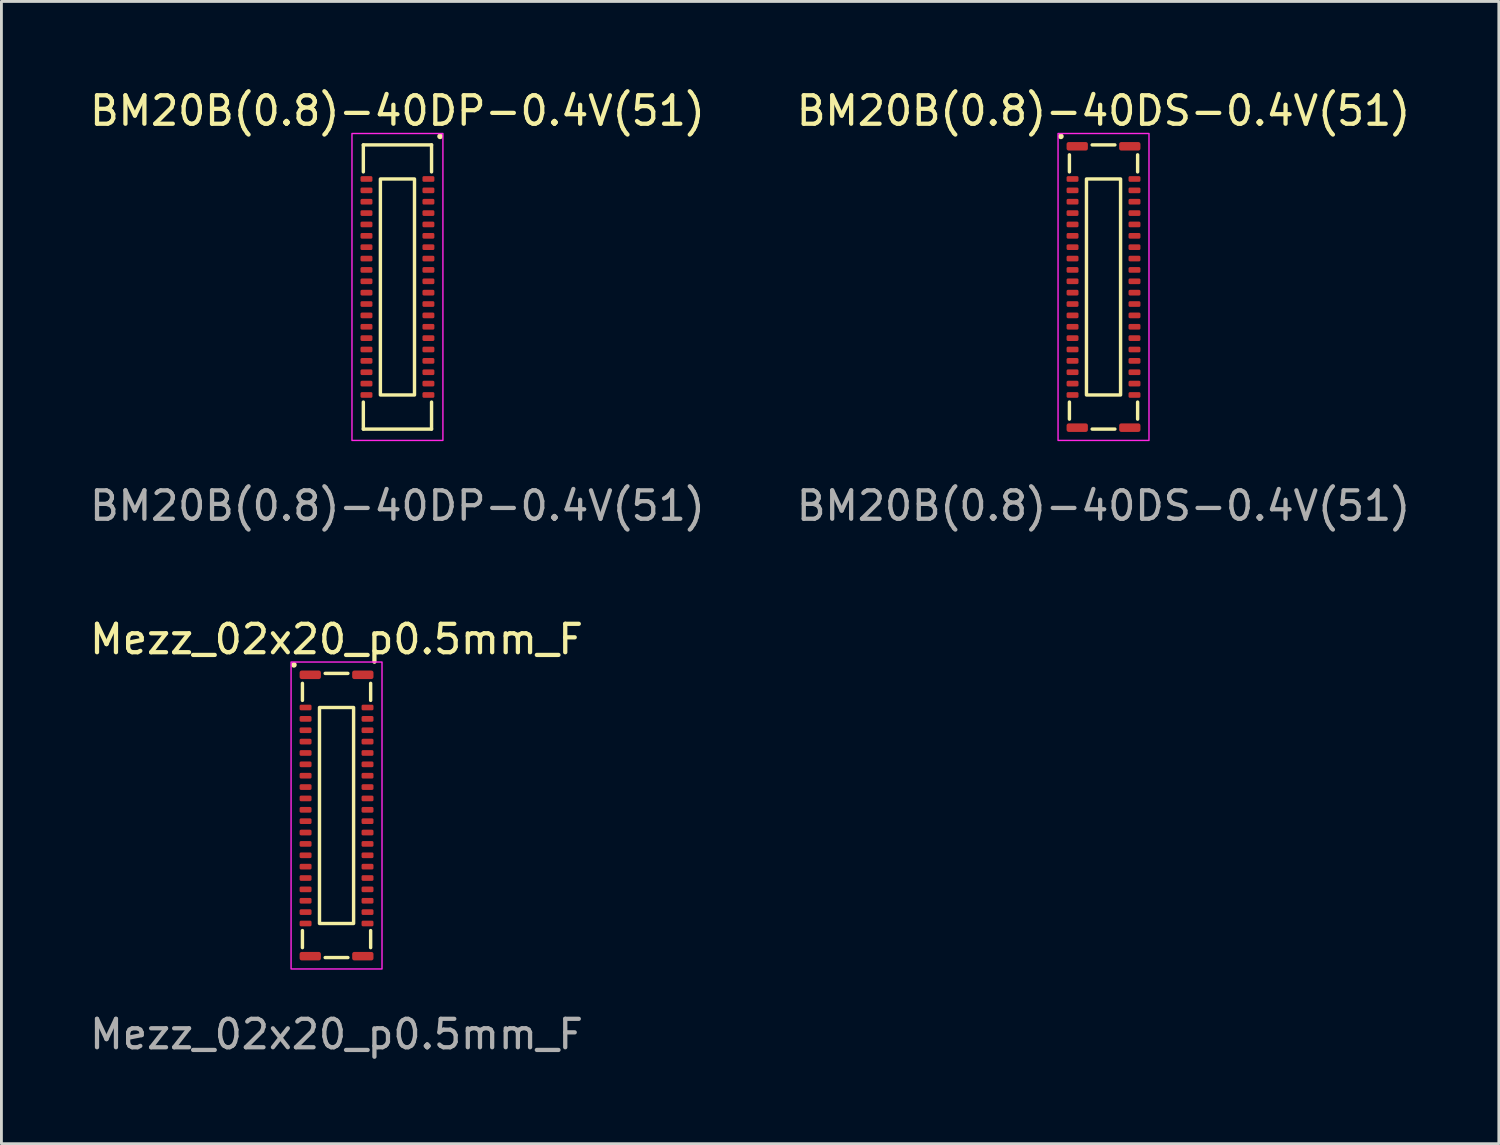
<source format=kicad_pcb>
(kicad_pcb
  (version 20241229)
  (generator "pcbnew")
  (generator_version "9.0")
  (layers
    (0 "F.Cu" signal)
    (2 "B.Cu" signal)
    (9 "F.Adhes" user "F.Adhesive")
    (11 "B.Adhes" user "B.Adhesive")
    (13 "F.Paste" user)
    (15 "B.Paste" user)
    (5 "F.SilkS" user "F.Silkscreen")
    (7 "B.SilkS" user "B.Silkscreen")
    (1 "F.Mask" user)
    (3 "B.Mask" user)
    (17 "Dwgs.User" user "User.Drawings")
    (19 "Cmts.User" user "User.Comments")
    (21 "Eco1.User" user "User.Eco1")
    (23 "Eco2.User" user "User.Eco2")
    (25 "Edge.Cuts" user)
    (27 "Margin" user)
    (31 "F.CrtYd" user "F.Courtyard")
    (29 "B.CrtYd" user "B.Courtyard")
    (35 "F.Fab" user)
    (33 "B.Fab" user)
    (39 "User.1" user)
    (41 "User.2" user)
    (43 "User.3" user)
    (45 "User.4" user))
  (footprint "BM20B(0.8)-40DP-0.4V(51)"
    (layer "F.Cu")
    (at 10.935 7.048)
    (property "Reference" "BM20B(0.8)-40DP-0.4V(51)" (at 0 -6.2 0) (unlocked yes) (layer "F.SilkS") (effects (font (size 1 1) (thickness 0.15))))
    (attr smd)
    (fp_line (start -1.2 -4.05) (end -1.2 -5) (stroke (width 0.12) (type default)) (layer "F.SilkS"))
    (fp_line (start -1.2 5) (end -1.2 4.05) (stroke (width 0.12) (type default)) (layer "F.SilkS"))
    (fp_line (start 1.2 -5) (end -1.2 -5) (stroke (width 0.12) (type default)) (layer "F.SilkS"))
    (fp_line (start 1.2 -4.05) (end 1.2 -5) (stroke (width 0.12) (type default)) (layer "F.SilkS"))
    (fp_line (start 1.2 5) (end -1.2 5) (stroke (width 0.12) (type default)) (layer "F.SilkS"))
    (fp_line (start 1.2 5) (end 1.2 4.05) (stroke (width 0.12) (type default)) (layer "F.SilkS"))
    (fp_rect (start 0.6 -3.8) (end -0.6 3.8) (stroke (width 0.12) (type default)) (fill no) (layer "F.SilkS"))
    (fp_circle (center 1.5 -5.3) (end 1.6 -5.3) (stroke (width 0) (type solid)) (fill yes) (layer "F.SilkS"))
    (fp_rect (start 1.6 -5.4) (end -1.6 5.4) (stroke (width 0.05) (type default)) (fill no) (layer "F.CrtYd"))
    (fp_text user "${REFERENCE}" (at 0 7.7 0) (unlocked yes) (layer "F.Fab") (effects (font (size 1 1) (thickness 0.15))))
    (pad "1" smd roundrect (at 1.09 -3.8) (size 0.42 0.2) (layers "F.Cu" "F.Mask" "F.Paste") (roundrect_rratio 0.25))
    (pad "2" smd roundrect (at 1.09 -3.4) (size 0.42 0.2) (layers "F.Cu" "F.Mask" "F.Paste") (roundrect_rratio 0.25))
    (pad "3" smd roundrect (at 1.09 -3) (size 0.42 0.2) (layers "F.Cu" "F.Mask" "F.Paste") (roundrect_rratio 0.25))
    (pad "4" smd roundrect (at 1.09 -2.6) (size 0.42 0.2) (layers "F.Cu" "F.Mask" "F.Paste") (roundrect_rratio 0.25))
    (pad "5" smd roundrect (at 1.09 -2.2) (size 0.42 0.2) (layers "F.Cu" "F.Mask" "F.Paste") (roundrect_rratio 0.25))
    (pad "6" smd roundrect (at 1.09 -1.8) (size 0.42 0.2) (layers "F.Cu" "F.Mask" "F.Paste") (roundrect_rratio 0.25))
    (pad "7" smd roundrect (at 1.09 -1.4) (size 0.42 0.2) (layers "F.Cu" "F.Mask" "F.Paste") (roundrect_rratio 0.25))
    (pad "8" smd roundrect (at 1.09 -1) (size 0.42 0.2) (layers "F.Cu" "F.Mask" "F.Paste") (roundrect_rratio 0.25))
    (pad "9" smd roundrect (at 1.09 -0.6) (size 0.42 0.2) (layers "F.Cu" "F.Mask" "F.Paste") (roundrect_rratio 0.25))
    (pad "10" smd roundrect (at 1.09 -0.2) (size 0.42 0.2) (layers "F.Cu" "F.Mask" "F.Paste") (roundrect_rratio 0.25))
    (pad "11" smd roundrect (at 1.09 0.2) (size 0.42 0.2) (layers "F.Cu" "F.Mask" "F.Paste") (roundrect_rratio 0.25))
    (pad "12" smd roundrect (at 1.09 0.6) (size 0.42 0.2) (layers "F.Cu" "F.Mask" "F.Paste") (roundrect_rratio 0.25))
    (pad "13" smd roundrect (at 1.09 1) (size 0.42 0.2) (layers "F.Cu" "F.Mask" "F.Paste") (roundrect_rratio 0.25))
    (pad "14" smd roundrect (at 1.09 1.4) (size 0.42 0.2) (layers "F.Cu" "F.Mask" "F.Paste") (roundrect_rratio 0.25))
    (pad "15" smd roundrect (at 1.09 1.8) (size 0.42 0.2) (layers "F.Cu" "F.Mask" "F.Paste") (roundrect_rratio 0.25))
    (pad "16" smd roundrect (at 1.09 2.2) (size 0.42 0.2) (layers "F.Cu" "F.Mask" "F.Paste") (roundrect_rratio 0.25))
    (pad "17" smd roundrect (at 1.09 2.6) (size 0.42 0.2) (layers "F.Cu" "F.Mask" "F.Paste") (roundrect_rratio 0.25))
    (pad "18" smd roundrect (at 1.09 3) (size 0.42 0.2) (layers "F.Cu" "F.Mask" "F.Paste") (roundrect_rratio 0.25))
    (pad "19" smd roundrect (at 1.09 3.4) (size 0.42 0.2) (layers "F.Cu" "F.Mask" "F.Paste") (roundrect_rratio 0.25))
    (pad "20" smd roundrect (at 1.09 3.8) (size 0.42 0.2) (layers "F.Cu" "F.Mask" "F.Paste") (roundrect_rratio 0.25))
    (pad "21" smd roundrect (at -1.09 3.8) (size 0.42 0.2) (layers "F.Cu" "F.Mask" "F.Paste") (roundrect_rratio 0.25))
    (pad "22" smd roundrect (at -1.09 3.4) (size 0.42 0.2) (layers "F.Cu" "F.Mask" "F.Paste") (roundrect_rratio 0.25))
    (pad "23" smd roundrect (at -1.09 3) (size 0.42 0.2) (layers "F.Cu" "F.Mask" "F.Paste") (roundrect_rratio 0.25))
    (pad "24" smd roundrect (at -1.09 2.6) (size 0.42 0.2) (layers "F.Cu" "F.Mask" "F.Paste") (roundrect_rratio 0.25))
    (pad "25" smd roundrect (at -1.09 2.2) (size 0.42 0.2) (layers "F.Cu" "F.Mask" "F.Paste") (roundrect_rratio 0.25))
    (pad "26" smd roundrect (at -1.09 1.8) (size 0.42 0.2) (layers "F.Cu" "F.Mask" "F.Paste") (roundrect_rratio 0.25))
    (pad "27" smd roundrect (at -1.09 1.4) (size 0.42 0.2) (layers "F.Cu" "F.Mask" "F.Paste") (roundrect_rratio 0.25))
    (pad "28" smd roundrect (at -1.09 1) (size 0.42 0.2) (layers "F.Cu" "F.Mask" "F.Paste") (roundrect_rratio 0.25))
    (pad "29" smd roundrect (at -1.09 0.6) (size 0.42 0.2) (layers "F.Cu" "F.Mask" "F.Paste") (roundrect_rratio 0.25))
    (pad "30" smd roundrect (at -1.09 0.2) (size 0.42 0.2) (layers "F.Cu" "F.Mask" "F.Paste") (roundrect_rratio 0.25))
    (pad "31" smd roundrect (at -1.09 -0.2) (size 0.42 0.2) (layers "F.Cu" "F.Mask" "F.Paste") (roundrect_rratio 0.25))
    (pad "32" smd roundrect (at -1.09 -0.6) (size 0.42 0.2) (layers "F.Cu" "F.Mask" "F.Paste") (roundrect_rratio 0.25))
    (pad "33" smd roundrect (at -1.09 -1) (size 0.42 0.2) (layers "F.Cu" "F.Mask" "F.Paste") (roundrect_rratio 0.25))
    (pad "34" smd roundrect (at -1.09 -1.4) (size 0.42 0.2) (layers "F.Cu" "F.Mask" "F.Paste") (roundrect_rratio 0.25))
    (pad "35" smd roundrect (at -1.09 -1.8) (size 0.42 0.2) (layers "F.Cu" "F.Mask" "F.Paste") (roundrect_rratio 0.25))
    (pad "36" smd roundrect (at -1.09 -2.2) (size 0.42 0.2) (layers "F.Cu" "F.Mask" "F.Paste") (roundrect_rratio 0.25))
    (pad "37" smd roundrect (at -1.09 -2.6) (size 0.42 0.2) (layers "F.Cu" "F.Mask" "F.Paste") (roundrect_rratio 0.25))
    (pad "38" smd roundrect (at -1.09 -3) (size 0.42 0.2) (layers "F.Cu" "F.Mask" "F.Paste") (roundrect_rratio 0.25))
    (pad "39" smd roundrect (at -1.09 -3.4) (size 0.42 0.2) (layers "F.Cu" "F.Mask" "F.Paste") (roundrect_rratio 0.25))
    (pad "40" smd roundrect (at -1.09 -3.8) (size 0.42 0.2) (layers "F.Cu" "F.Mask" "F.Paste") (roundrect_rratio 0.25)))
  (footprint "BM20B(0.8)-40DS-0.4V(51)"
    (layer "F.Cu")
    (at 35.78 7.048)
    (property "Reference" "BM20B(0.8)-40DS-0.4V(51)" (at 0 -6.2 0) (unlocked yes) (layer "F.SilkS") (effects (font (size 1 1) (thickness 0.15))))
    (attr smd)
    (fp_line (start -1.2 -4.05) (end -1.2 -4.65) (stroke (width 0.12) (type default)) (layer "F.SilkS"))
    (fp_line (start -1.2 4.65) (end -1.2 4.05) (stroke (width 0.12) (type default)) (layer "F.SilkS"))
    (fp_line (start 0.4 -5) (end -0.4 -5) (stroke (width 0.12) (type default)) (layer "F.SilkS"))
    (fp_line (start 0.4 5) (end -0.4 5) (stroke (width 0.12) (type default)) (layer "F.SilkS"))
    (fp_line (start 1.2 -4.05) (end 1.2 -4.65) (stroke (width 0.12) (type default)) (layer "F.SilkS"))
    (fp_line (start 1.2 4.65) (end 1.2 4.05) (stroke (width 0.12) (type default)) (layer "F.SilkS"))
    (fp_rect (start 0.6 -3.8) (end -0.6 3.8) (stroke (width 0.12) (type default)) (fill no) (layer "F.SilkS"))
    (fp_circle (center -1.5 -5.3) (end -1.4 -5.3) (stroke (width 0) (type solid)) (fill yes) (layer "F.SilkS"))
    (fp_rect (start -1.6 -5.4) (end 1.6 5.4) (stroke (width 0.05) (type default)) (fill no) (layer "F.CrtYd"))
    (fp_text user "${REFERENCE}" (at 0 7.7 0) (unlocked yes) (layer "F.Fab") (effects (font (size 1 1) (thickness 0.15))))
    (pad "" smd roundrect (at -0.925 -4.95) (size 0.75 0.3) (layers "F.Cu" "F.Mask" "F.Paste") (roundrect_rratio 0.25))
    (pad "" smd roundrect (at -0.925 4.95) (size 0.75 0.3) (layers "F.Cu" "F.Mask" "F.Paste") (roundrect_rratio 0.25))
    (pad "" smd roundrect (at 0.925 -4.95) (size 0.75 0.3) (layers "F.Cu" "F.Mask" "F.Paste") (roundrect_rratio 0.25))
    (pad "" smd roundrect (at 0.925 4.95) (size 0.75 0.3) (layers "F.Cu" "F.Mask" "F.Paste") (roundrect_rratio 0.25))
    (pad "1" smd roundrect (at -1.09 -3.8) (size 0.42 0.2) (layers "F.Cu" "F.Mask" "F.Paste") (roundrect_rratio 0.25))
    (pad "2" smd roundrect (at -1.09 -3.4) (size 0.42 0.2) (layers "F.Cu" "F.Mask" "F.Paste") (roundrect_rratio 0.25))
    (pad "3" smd roundrect (at -1.09 -3) (size 0.42 0.2) (layers "F.Cu" "F.Mask" "F.Paste") (roundrect_rratio 0.25))
    (pad "4" smd roundrect (at -1.09 -2.6) (size 0.42 0.2) (layers "F.Cu" "F.Mask" "F.Paste") (roundrect_rratio 0.25))
    (pad "5" smd roundrect (at -1.09 -2.2) (size 0.42 0.2) (layers "F.Cu" "F.Mask" "F.Paste") (roundrect_rratio 0.25))
    (pad "6" smd roundrect (at -1.09 -1.8) (size 0.42 0.2) (layers "F.Cu" "F.Mask" "F.Paste") (roundrect_rratio 0.25))
    (pad "7" smd roundrect (at -1.09 -1.4) (size 0.42 0.2) (layers "F.Cu" "F.Mask" "F.Paste") (roundrect_rratio 0.25))
    (pad "8" smd roundrect (at -1.09 -1) (size 0.42 0.2) (layers "F.Cu" "F.Mask" "F.Paste") (roundrect_rratio 0.25))
    (pad "9" smd roundrect (at -1.09 -0.6) (size 0.42 0.2) (layers "F.Cu" "F.Mask" "F.Paste") (roundrect_rratio 0.25))
    (pad "10" smd roundrect (at -1.09 -0.2) (size 0.42 0.2) (layers "F.Cu" "F.Mask" "F.Paste") (roundrect_rratio 0.25))
    (pad "11" smd roundrect (at -1.09 0.2) (size 0.42 0.2) (layers "F.Cu" "F.Mask" "F.Paste") (roundrect_rratio 0.25))
    (pad "12" smd roundrect (at -1.09 0.6) (size 0.42 0.2) (layers "F.Cu" "F.Mask" "F.Paste") (roundrect_rratio 0.25))
    (pad "13" smd roundrect (at -1.09 1) (size 0.42 0.2) (layers "F.Cu" "F.Mask" "F.Paste") (roundrect_rratio 0.25))
    (pad "14" smd roundrect (at -1.09 1.4) (size 0.42 0.2) (layers "F.Cu" "F.Mask" "F.Paste") (roundrect_rratio 0.25))
    (pad "15" smd roundrect (at -1.09 1.8) (size 0.42 0.2) (layers "F.Cu" "F.Mask" "F.Paste") (roundrect_rratio 0.25))
    (pad "16" smd roundrect (at -1.09 2.2) (size 0.42 0.2) (layers "F.Cu" "F.Mask" "F.Paste") (roundrect_rratio 0.25))
    (pad "17" smd roundrect (at -1.09 2.6) (size 0.42 0.2) (layers "F.Cu" "F.Mask" "F.Paste") (roundrect_rratio 0.25))
    (pad "18" smd roundrect (at -1.09 3) (size 0.42 0.2) (layers "F.Cu" "F.Mask" "F.Paste") (roundrect_rratio 0.25))
    (pad "19" smd roundrect (at -1.09 3.4) (size 0.42 0.2) (layers "F.Cu" "F.Mask" "F.Paste") (roundrect_rratio 0.25))
    (pad "20" smd roundrect (at -1.09 3.8) (size 0.42 0.2) (layers "F.Cu" "F.Mask" "F.Paste") (roundrect_rratio 0.25))
    (pad "21" smd roundrect (at 1.09 3.8) (size 0.42 0.2) (layers "F.Cu" "F.Mask" "F.Paste") (roundrect_rratio 0.25))
    (pad "22" smd roundrect (at 1.09 3.4) (size 0.42 0.2) (layers "F.Cu" "F.Mask" "F.Paste") (roundrect_rratio 0.25))
    (pad "23" smd roundrect (at 1.09 3) (size 0.42 0.2) (layers "F.Cu" "F.Mask" "F.Paste") (roundrect_rratio 0.25))
    (pad "24" smd roundrect (at 1.09 2.6) (size 0.42 0.2) (layers "F.Cu" "F.Mask" "F.Paste") (roundrect_rratio 0.25))
    (pad "25" smd roundrect (at 1.09 2.2) (size 0.42 0.2) (layers "F.Cu" "F.Mask" "F.Paste") (roundrect_rratio 0.25))
    (pad "26" smd roundrect (at 1.09 1.8) (size 0.42 0.2) (layers "F.Cu" "F.Mask" "F.Paste") (roundrect_rratio 0.25))
    (pad "27" smd roundrect (at 1.09 1.4) (size 0.42 0.2) (layers "F.Cu" "F.Mask" "F.Paste") (roundrect_rratio 0.25))
    (pad "28" smd roundrect (at 1.09 1) (size 0.42 0.2) (layers "F.Cu" "F.Mask" "F.Paste") (roundrect_rratio 0.25))
    (pad "29" smd roundrect (at 1.09 0.6) (size 0.42 0.2) (layers "F.Cu" "F.Mask" "F.Paste") (roundrect_rratio 0.25))
    (pad "30" smd roundrect (at 1.09 0.2) (size 0.42 0.2) (layers "F.Cu" "F.Mask" "F.Paste") (roundrect_rratio 0.25))
    (pad "31" smd roundrect (at 1.09 -0.2) (size 0.42 0.2) (layers "F.Cu" "F.Mask" "F.Paste") (roundrect_rratio 0.25))
    (pad "32" smd roundrect (at 1.09 -0.6) (size 0.42 0.2) (layers "F.Cu" "F.Mask" "F.Paste") (roundrect_rratio 0.25))
    (pad "33" smd roundrect (at 1.09 -1) (size 0.42 0.2) (layers "F.Cu" "F.Mask" "F.Paste") (roundrect_rratio 0.25))
    (pad "34" smd roundrect (at 1.09 -1.4) (size 0.42 0.2) (layers "F.Cu" "F.Mask" "F.Paste") (roundrect_rratio 0.25))
    (pad "35" smd roundrect (at 1.09 -1.8) (size 0.42 0.2) (layers "F.Cu" "F.Mask" "F.Paste") (roundrect_rratio 0.25))
    (pad "36" smd roundrect (at 1.09 -2.2) (size 0.42 0.2) (layers "F.Cu" "F.Mask" "F.Paste") (roundrect_rratio 0.25))
    (pad "37" smd roundrect (at 1.09 -2.6) (size 0.42 0.2) (layers "F.Cu" "F.Mask" "F.Paste") (roundrect_rratio 0.25))
    (pad "38" smd roundrect (at 1.09 -3) (size 0.42 0.2) (layers "F.Cu" "F.Mask" "F.Paste") (roundrect_rratio 0.25))
    (pad "39" smd roundrect (at 1.09 -3.4) (size 0.42 0.2) (layers "F.Cu" "F.Mask" "F.Paste") (roundrect_rratio 0.25))
    (pad "40" smd roundrect (at 1.09 -3.8) (size 0.42 0.2) (layers "F.Cu" "F.Mask" "F.Paste") (roundrect_rratio 0.25)))
  (footprint "Mezz_02x20_p0.5mm_F"
    (layer "F.Cu")
    (at 8.792 25.645)
    (property "Reference" "Mezz_02x20_p0.5mm_F" (at 0 -6.2 0) (unlocked yes) (layer "F.SilkS") (effects (font (size 1 1) (thickness 0.15))))
    (attr smd)
    (fp_line (start -1.2 -4.05) (end -1.2 -4.65) (stroke (width 0.12) (type default)) (layer "F.SilkS"))
    (fp_line (start -1.2 4.65) (end -1.2 4.05) (stroke (width 0.12) (type default)) (layer "F.SilkS"))
    (fp_line (start 0.4 -5) (end -0.4 -5) (stroke (width 0.12) (type default)) (layer "F.SilkS"))
    (fp_line (start 0.4 5) (end -0.4 5) (stroke (width 0.12) (type default)) (layer "F.SilkS"))
    (fp_line (start 1.2 -4.05) (end 1.2 -4.65) (stroke (width 0.12) (type default)) (layer "F.SilkS"))
    (fp_line (start 1.2 4.65) (end 1.2 4.05) (stroke (width 0.12) (type default)) (layer "F.SilkS"))
    (fp_rect (start 0.6 -3.8) (end -0.6 3.8) (stroke (width 0.12) (type default)) (fill no) (layer "F.SilkS"))
    (fp_circle (center -1.5 -5.3) (end -1.4 -5.3) (stroke (width 0) (type solid)) (fill yes) (layer "F.SilkS"))
    (fp_rect (start -1.6 -5.4) (end 1.6 5.4) (stroke (width 0.05) (type default)) (fill no) (layer "F.CrtYd"))
    (fp_text user "${REFERENCE}" (at 0 7.7 0) (unlocked yes) (layer "F.Fab") (effects (font (size 1 1) (thickness 0.15))))
    (pad "" smd roundrect (at -0.925 -4.95) (size 0.75 0.3) (layers "F.Cu" "F.Mask" "F.Paste") (roundrect_rratio 0.25))
    (pad "" smd roundrect (at -0.925 4.95) (size 0.75 0.3) (layers "F.Cu" "F.Mask" "F.Paste") (roundrect_rratio 0.25))
    (pad "" smd roundrect (at 0.925 -4.95) (size 0.75 0.3) (layers "F.Cu" "F.Mask" "F.Paste") (roundrect_rratio 0.25))
    (pad "" smd roundrect (at 0.925 4.95) (size 0.75 0.3) (layers "F.Cu" "F.Mask" "F.Paste") (roundrect_rratio 0.25))
    (pad "1" smd roundrect (at -1.09 -3.8) (size 0.42 0.2) (layers "F.Cu" "F.Mask" "F.Paste") (roundrect_rratio 0.25))
    (pad "2" smd roundrect (at -1.09 -3.4) (size 0.42 0.2) (layers "F.Cu" "F.Mask" "F.Paste") (roundrect_rratio 0.25))
    (pad "3" smd roundrect (at -1.09 -3) (size 0.42 0.2) (layers "F.Cu" "F.Mask" "F.Paste") (roundrect_rratio 0.25))
    (pad "4" smd roundrect (at -1.09 -2.6) (size 0.42 0.2) (layers "F.Cu" "F.Mask" "F.Paste") (roundrect_rratio 0.25))
    (pad "5" smd roundrect (at -1.09 -2.2) (size 0.42 0.2) (layers "F.Cu" "F.Mask" "F.Paste") (roundrect_rratio 0.25))
    (pad "6" smd roundrect (at -1.09 -1.8) (size 0.42 0.2) (layers "F.Cu" "F.Mask" "F.Paste") (roundrect_rratio 0.25))
    (pad "7" smd roundrect (at -1.09 -1.4) (size 0.42 0.2) (layers "F.Cu" "F.Mask" "F.Paste") (roundrect_rratio 0.25))
    (pad "8" smd roundrect (at -1.09 -1) (size 0.42 0.2) (layers "F.Cu" "F.Mask" "F.Paste") (roundrect_rratio 0.25))
    (pad "9" smd roundrect (at -1.09 -0.6) (size 0.42 0.2) (layers "F.Cu" "F.Mask" "F.Paste") (roundrect_rratio 0.25))
    (pad "10" smd roundrect (at -1.09 -0.2) (size 0.42 0.2) (layers "F.Cu" "F.Mask" "F.Paste") (roundrect_rratio 0.25))
    (pad "11" smd roundrect (at -1.09 0.2) (size 0.42 0.2) (layers "F.Cu" "F.Mask" "F.Paste") (roundrect_rratio 0.25))
    (pad "12" smd roundrect (at -1.09 0.6) (size 0.42 0.2) (layers "F.Cu" "F.Mask" "F.Paste") (roundrect_rratio 0.25))
    (pad "13" smd roundrect (at -1.09 1) (size 0.42 0.2) (layers "F.Cu" "F.Mask" "F.Paste") (roundrect_rratio 0.25))
    (pad "14" smd roundrect (at -1.09 1.4) (size 0.42 0.2) (layers "F.Cu" "F.Mask" "F.Paste") (roundrect_rratio 0.25))
    (pad "15" smd roundrect (at -1.09 1.8) (size 0.42 0.2) (layers "F.Cu" "F.Mask" "F.Paste") (roundrect_rratio 0.25))
    (pad "16" smd roundrect (at -1.09 2.2) (size 0.42 0.2) (layers "F.Cu" "F.Mask" "F.Paste") (roundrect_rratio 0.25))
    (pad "17" smd roundrect (at -1.09 2.6) (size 0.42 0.2) (layers "F.Cu" "F.Mask" "F.Paste") (roundrect_rratio 0.25))
    (pad "18" smd roundrect (at -1.09 3) (size 0.42 0.2) (layers "F.Cu" "F.Mask" "F.Paste") (roundrect_rratio 0.25))
    (pad "19" smd roundrect (at -1.09 3.4) (size 0.42 0.2) (layers "F.Cu" "F.Mask" "F.Paste") (roundrect_rratio 0.25))
    (pad "20" smd roundrect (at -1.09 3.8) (size 0.42 0.2) (layers "F.Cu" "F.Mask" "F.Paste") (roundrect_rratio 0.25))
    (pad "21" smd roundrect (at 1.09 3.8) (size 0.42 0.2) (layers "F.Cu" "F.Mask" "F.Paste") (roundrect_rratio 0.25))
    (pad "22" smd roundrect (at 1.09 3.4) (size 0.42 0.2) (layers "F.Cu" "F.Mask" "F.Paste") (roundrect_rratio 0.25))
    (pad "23" smd roundrect (at 1.09 3) (size 0.42 0.2) (layers "F.Cu" "F.Mask" "F.Paste") (roundrect_rratio 0.25))
    (pad "24" smd roundrect (at 1.09 2.6) (size 0.42 0.2) (layers "F.Cu" "F.Mask" "F.Paste") (roundrect_rratio 0.25))
    (pad "25" smd roundrect (at 1.09 2.2) (size 0.42 0.2) (layers "F.Cu" "F.Mask" "F.Paste") (roundrect_rratio 0.25))
    (pad "26" smd roundrect (at 1.09 1.8) (size 0.42 0.2) (layers "F.Cu" "F.Mask" "F.Paste") (roundrect_rratio 0.25))
    (pad "27" smd roundrect (at 1.09 1.4) (size 0.42 0.2) (layers "F.Cu" "F.Mask" "F.Paste") (roundrect_rratio 0.25))
    (pad "28" smd roundrect (at 1.09 1) (size 0.42 0.2) (layers "F.Cu" "F.Mask" "F.Paste") (roundrect_rratio 0.25))
    (pad "30" smd roundrect (at 1.09 0.2) (size 0.42 0.2) (layers "F.Cu" "F.Mask" "F.Paste") (roundrect_rratio 0.25))
    (pad "31" smd roundrect (at 1.09 -0.2) (size 0.42 0.2) (layers "F.Cu" "F.Mask" "F.Paste") (roundrect_rratio 0.25))
    (pad "31" smd roundrect (at 1.09 0.6) (size 0.42 0.2) (layers "F.Cu" "F.Mask" "F.Paste") (roundrect_rratio 0.25))
    (pad "32" smd roundrect (at 1.09 -0.6) (size 0.42 0.2) (layers "F.Cu" "F.Mask" "F.Paste") (roundrect_rratio 0.25))
    (pad "33" smd roundrect (at 1.09 -1) (size 0.42 0.2) (layers "F.Cu" "F.Mask" "F.Paste") (roundrect_rratio 0.25))
    (pad "34" smd roundrect (at 1.09 -1.4) (size 0.42 0.2) (layers "F.Cu" "F.Mask" "F.Paste") (roundrect_rratio 0.25))
    (pad "35" smd roundrect (at 1.09 -1.8) (size 0.42 0.2) (layers "F.Cu" "F.Mask" "F.Paste") (roundrect_rratio 0.25))
    (pad "36" smd roundrect (at 1.09 -2.2) (size 0.42 0.2) (layers "F.Cu" "F.Mask" "F.Paste") (roundrect_rratio 0.25))
    (pad "37" smd roundrect (at 1.09 -2.6) (size 0.42 0.2) (layers "F.Cu" "F.Mask" "F.Paste") (roundrect_rratio 0.25))
    (pad "38" smd roundrect (at 1.09 -3) (size 0.42 0.2) (layers "F.Cu" "F.Mask" "F.Paste") (roundrect_rratio 0.25))
    (pad "39" smd roundrect (at 1.09 -3.4) (size 0.42 0.2) (layers "F.Cu" "F.Mask" "F.Paste") (roundrect_rratio 0.25))
    (pad "40" smd roundrect (at 1.09 -3.8) (size 0.42 0.2) (layers "F.Cu" "F.Mask" "F.Paste") (roundrect_rratio 0.25)))
  (gr_rect
    (start -3 -3)
    (end 49.69 37.193)
    (stroke (width 0.1) (type default))
    (fill no)
    (layer "Edge.Cuts")))
</source>
